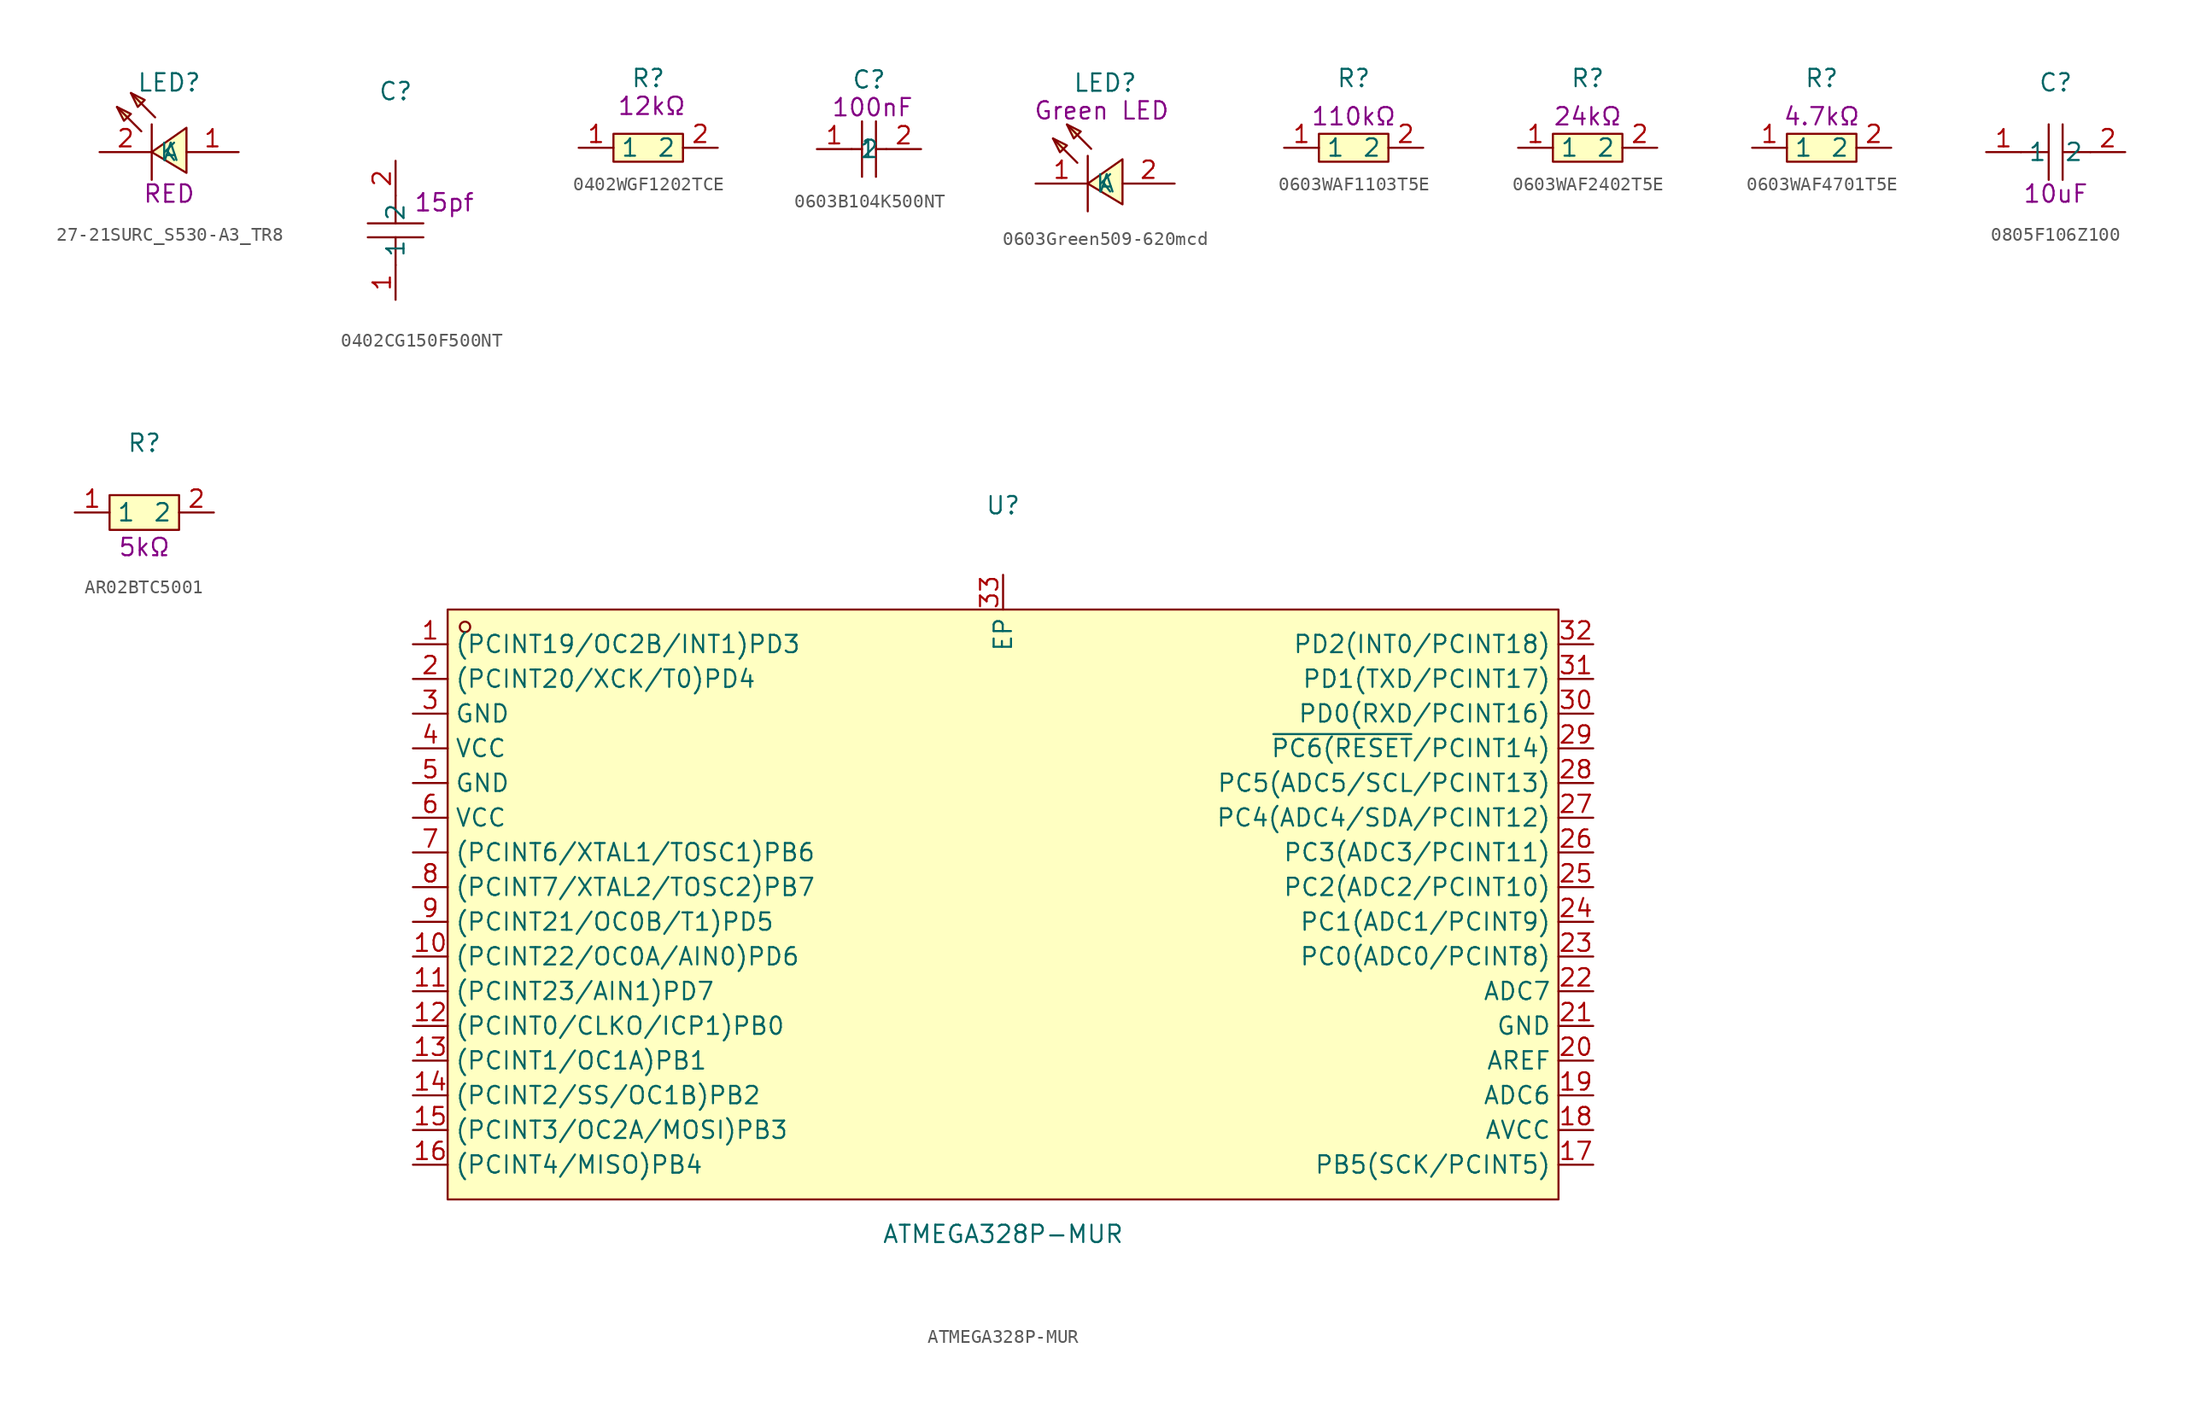
<source format=kicad_sym>
(kicad_symbol_lib
  (version 20241209)
  (generator "kicad_symbol_editor")
  (generator_version "9.0")
  (symbol "27-21SURC_S530-A3_TR8"
    (property "Reference" "LED"
      (at 0 5.08 0)
      (effects (font (size 1.27 1.27))))
    (property "Description" "RED"
      (at 0 -3.048 0)
      (effects (font (size 1.27 1.27))))
    (symbol "27-21SURC_S530-A3_TR8_0_1"
      (polyline (pts (xy -3.81 3.3) (xy -2.79 2.79) (xy -3.3 2.29) (xy -3.81 3.3)) (stroke (width 0) (type default)) (fill (type background)))
      (polyline (pts (xy -2.79 4.32) (xy -1.78 3.81) (xy -2.29 3.3) (xy -2.79 4.32)) (stroke (width 0) (type default)) (fill (type background)))
      (polyline (pts (xy -2.03 1.52) (xy -3.81 3.3)) (stroke (width 0) (type default)) (fill (type none)))
      (polyline (pts (xy -1.27 2.03) (xy -1.27 -2.03)) (stroke (width 0) (type default)) (fill (type none)))
      (polyline (pts (xy -1.02 2.54) (xy -2.79 4.32)) (stroke (width 0) (type default)) (fill (type none)))
      (polyline (pts (xy 1.27 -1.52) (xy -1.27 0) (xy 1.27 1.78) (xy 1.27 -1.52)) (stroke (width 0) (type default)) (fill (type background)))
      (pin unspecified line (at -5.08 0 0) (length 3.81) (name "K" (effects (font (size 1.27 1.27)))) (number "2" (effects (font (size 1.27 1.27)))))
      (pin unspecified line (at 5.08 0 180) (length 3.81) (name "A" (effects (font (size 1.27 1.27)))) (number "1" (effects (font (size 1.27 1.27)))))))
  (symbol "0402CG150F500NT"
    (property "Reference" "C"
      (at 0 10.16 0)
      (effects (font (size 1.27 1.27))))
    (property "Description" "15pf"
      (at 3.556 2.032 0)
      (effects (font (size 1.27 1.27))))
    (symbol "0402CG150F500NT_0_1"
      (polyline (pts (xy -2.03 0.51) (xy 2.03 0.51)) (stroke (width 0) (type default)) (fill (type none)))
      (polyline (pts (xy 0 2.54) (xy 0 0.51)) (stroke (width 0) (type default)) (fill (type none)))
      (polyline (pts (xy 0 -0.51) (xy 0 -2.54)) (stroke (width 0) (type default)) (fill (type none)))
      (polyline (pts (xy 2.03 -0.51) (xy -2.03 -0.51)) (stroke (width 0) (type default)) (fill (type none)))
      (pin unspecified line (at 0 5.08 270) (length 2.54) (name "2" (effects (font (size 1.27 1.27)))) (number "2" (effects (font (size 1.27 1.27)))))
      (pin unspecified line (at 0 -5.08 90) (length 2.54) (name "1" (effects (font (size 1.27 1.27)))) (number "1" (effects (font (size 1.27 1.27)))))))
  (symbol "0402WGF1202TCE"
    (property "Reference" "R"
      (at 0 5.08 0)
      (effects (font (size 1.27 1.27))))
    (property "Description" "12kΩ"
      (at 0.254 3.048 0)
      (effects (font (size 1.27 1.27))))
    (symbol "0402WGF1202TCE_0_1"
      (rectangle (start -2.54 1.02) (end 2.54 -1.02) (stroke (width 0) (type default)) (fill (type background)))
      (pin input line (at -5.08 0 0) (length 2.54) (name "1" (effects (font (size 1.27 1.27)))) (number "1" (effects (font (size 1.27 1.27)))))
      (pin input line (at 5.08 0 180) (length 2.54) (name "2" (effects (font (size 1.27 1.27)))) (number "2" (effects (font (size 1.27 1.27)))))))
  (symbol "0603B104K500NT"
    (property "Reference" "C"
      (at 0 5.08 0)
      (effects (font (size 1.27 1.27))))
    (property "Description" "100nF"
      (at 0.254 3.048 0)
      (effects (font (size 1.27 1.27))))
    (symbol "0603B104K500NT_0_1"
      (polyline (pts (xy -1.27 0) (xy -0.51 0)) (stroke (width 0) (type default)) (fill (type none)))
      (polyline (pts (xy -0.51 2.03) (xy -0.51 -2.03)) (stroke (width 0) (type default)) (fill (type none)))
      (polyline (pts (xy 0.51 2.03) (xy 0.51 -2.03)) (stroke (width 0) (type default)) (fill (type none)))
      (polyline (pts (xy 0.51 0) (xy 1.27 0)) (stroke (width 0) (type default)) (fill (type none)))
      (pin input line (at -3.81 0 0) (length 2.54) (name "1" (effects (font (size 1.27 1.27)))) (number "1" (effects (font (size 1.27 1.27)))))
      (pin input line (at 3.81 0 180) (length 2.54) (name "2" (effects (font (size 1.27 1.27)))) (number "2" (effects (font (size 1.27 1.27)))))))
  (symbol "0603Green509-620mcd"
    (property "Reference" "LED"
      (at 0 7.366 0)
      (effects (font (size 1.27 1.27))))
    (property "Description" "Green LED"
      (at -0.254 5.334 0)
      (effects (font (size 1.27 1.27))))
    (symbol "0603Green509-620mcd_0_1"
      (polyline (pts (xy -3.81 3.3) (xy -2.79 2.79) (xy -3.3 2.29) (xy -3.81 3.3)) (stroke (width 0) (type default)) (fill (type background)))
      (polyline (pts (xy -2.79 4.32) (xy -1.78 3.81) (xy -2.29 3.3) (xy -2.79 4.32)) (stroke (width 0) (type default)) (fill (type background)))
      (polyline (pts (xy -2.03 1.52) (xy -3.81 3.3)) (stroke (width 0) (type default)) (fill (type none)))
      (polyline (pts (xy -1.27 2.03) (xy -1.27 -2.03)) (stroke (width 0) (type default)) (fill (type none)))
      (polyline (pts (xy -1.02 2.54) (xy -2.79 4.32)) (stroke (width 0) (type default)) (fill (type none)))
      (polyline (pts (xy 1.27 -1.52) (xy -1.27 0) (xy 1.27 1.78) (xy 1.27 -1.52)) (stroke (width 0) (type default)) (fill (type background)))
      (pin unspecified line (at -5.08 0 0) (length 3.81) (name "K" (effects (font (size 1.27 1.27)))) (number "1" (effects (font (size 1.27 1.27)))))
      (pin unspecified line (at 5.08 0 180) (length 3.81) (name "A" (effects (font (size 1.27 1.27)))) (number "2" (effects (font (size 1.27 1.27)))))))
  (symbol "0603WAF1103T5E"
    (property "Reference" "R"
      (at 0 5.08 0)
      (effects (font (size 1.27 1.27))))
    (property "Description" "110kΩ"
      (at 0 2.286 0)
      (effects (font (size 1.27 1.27))))
    (symbol "0603WAF1103T5E_0_1"
      (rectangle (start -2.54 1.02) (end 2.54 -1.02) (stroke (width 0) (type default)) (fill (type background)))
      (pin input line (at -5.08 0 0) (length 2.54) (name "1" (effects (font (size 1.27 1.27)))) (number "1" (effects (font (size 1.27 1.27)))))
      (pin input line (at 5.08 0 180) (length 2.54) (name "2" (effects (font (size 1.27 1.27)))) (number "2" (effects (font (size 1.27 1.27)))))))
  (symbol "0603WAF2402T5E"
    (property "Reference" "R"
      (at 0 5.08 0)
      (effects (font (size 1.27 1.27))))
    (property "Description" "24kΩ"
      (at 0 2.286 0)
      (effects (font (size 1.27 1.27))))
    (symbol "0603WAF2402T5E_0_1"
      (rectangle (start -2.54 1.02) (end 2.54 -1.02) (stroke (width 0) (type default)) (fill (type background)))
      (pin input line (at -5.08 0 0) (length 2.54) (name "1" (effects (font (size 1.27 1.27)))) (number "1" (effects (font (size 1.27 1.27)))))
      (pin input line (at 5.08 0 180) (length 2.54) (name "2" (effects (font (size 1.27 1.27)))) (number "2" (effects (font (size 1.27 1.27)))))))
  (symbol "0603WAF4701T5E"
    (property "Reference" "R"
      (at 0 5.08 0)
      (effects (font (size 1.27 1.27))))
    (property "Description" "4.7kΩ"
      (at 0 2.286 0)
      (effects (font (size 1.27 1.27))))
    (symbol "0603WAF4701T5E_0_1"
      (rectangle (start -2.54 1.02) (end 2.54 -1.02) (stroke (width 0) (type default)) (fill (type background)))
      (pin input line (at -5.08 0 0) (length 2.54) (name "1" (effects (font (size 1.27 1.27)))) (number "1" (effects (font (size 1.27 1.27)))))
      (pin input line (at 5.08 0 180) (length 2.54) (name "2" (effects (font (size 1.27 1.27)))) (number "2" (effects (font (size 1.27 1.27)))))))
  (symbol "0805F106Z100"
    (property "Reference" "C"
      (at 0 5.08 0)
      (effects (font (size 1.27 1.27))))
    (property "Description" "10uF"
      (at 0 -3.048 0)
      (effects (font (size 1.27 1.27))))
    (symbol "0805F106Z100_0_1"
      (polyline (pts (xy -0.51 0) (xy -2.54 0)) (stroke (width 0) (type default)) (fill (type none)))
      (polyline (pts (xy -0.51 -2.03) (xy -0.51 2.03)) (stroke (width 0) (type default)) (fill (type none)))
      (polyline (pts (xy 0.51 2.03) (xy 0.51 -2.03)) (stroke (width 0) (type default)) (fill (type none)))
      (polyline (pts (xy 2.54 0) (xy 0.51 0)) (stroke (width 0) (type default)) (fill (type none)))
      (pin unspecified line (at -5.08 0 0) (length 2.54) (name "1" (effects (font (size 1.27 1.27)))) (number "1" (effects (font (size 1.27 1.27)))))
      (pin unspecified line (at 5.08 0 180) (length 2.54) (name "2" (effects (font (size 1.27 1.27)))) (number "2" (effects (font (size 1.27 1.27)))))))
  (symbol "AR02BTC5001"
    (property "Reference" "R"
      (at 0 5.08 0)
      (effects (font (size 1.27 1.27))))
    (property "Description" "5kΩ"
      (at 0 -2.54 0)
      (effects (font (size 1.27 1.27))))
    (symbol "AR02BTC5001_0_1"
      (rectangle (start -2.54 1.27) (end 2.54 -1.27) (stroke (width 0) (type default)) (fill (type background)))
      (pin unspecified line (at -5.08 0 0) (length 2.54) (name "1" (effects (font (size 1.27 1.27)))) (number "1" (effects (font (size 1.27 1.27)))))
      (pin unspecified line (at 5.08 0 180) (length 2.54) (name "2" (effects (font (size 1.27 1.27)))) (number "2" (effects (font (size 1.27 1.27)))))))
  (symbol "ATMEGA328P-MUR"
    (property "Reference" "U"
      (at 0 29.21 0)
      (effects (font (size 1.27 1.27))))
    (property "Value" "ATMEGA328P-MUR"
      (at 0 -24.13 0)
      (effects (font (size 1.27 1.27))))
    (symbol "ATMEGA328P-MUR_0_1"
      (rectangle (start -40.64 21.59) (end 40.64 -21.59) (stroke (width 0) (type default)) (fill (type background)))
      (circle (center -39.37 20.32) (radius 0.38) (stroke (width 0) (type default)) (fill (type none)))
      (pin unspecified line (at -43.18 19.05 0) (length 2.54) (name "(PCINT19/OC2B/INT1)PD3" (effects (font (size 1.27 1.27)))) (number "1" (effects (font (size 1.27 1.27)))))
      (pin unspecified line (at -43.18 16.51 0) (length 2.54) (name "(PCINT20/XCK/T0)PD4" (effects (font (size 1.27 1.27)))) (number "2" (effects (font (size 1.27 1.27)))))
      (pin unspecified line (at -43.18 13.97 0) (length 2.54) (name "GND" (effects (font (size 1.27 1.27)))) (number "3" (effects (font (size 1.27 1.27)))))
      (pin unspecified line (at -43.18 11.43 0) (length 2.54) (name "VCC" (effects (font (size 1.27 1.27)))) (number "4" (effects (font (size 1.27 1.27)))))
      (pin unspecified line (at -43.18 8.89 0) (length 2.54) (name "GND" (effects (font (size 1.27 1.27)))) (number "5" (effects (font (size 1.27 1.27)))))
      (pin unspecified line (at -43.18 6.35 0) (length 2.54) (name "VCC" (effects (font (size 1.27 1.27)))) (number "6" (effects (font (size 1.27 1.27)))))
      (pin unspecified line (at -43.18 3.81 0) (length 2.54) (name "(PCINT6/XTAL1/TOSC1)PB6" (effects (font (size 1.27 1.27)))) (number "7" (effects (font (size 1.27 1.27)))))
      (pin unspecified line (at -43.18 1.27 0) (length 2.54) (name "(PCINT7/XTAL2/TOSC2)PB7" (effects (font (size 1.27 1.27)))) (number "8" (effects (font (size 1.27 1.27)))))
      (pin unspecified line (at -43.18 -1.27 0) (length 2.54) (name "(PCINT21/OC0B/T1)PD5" (effects (font (size 1.27 1.27)))) (number "9" (effects (font (size 1.27 1.27)))))
      (pin unspecified line (at -43.18 -3.81 0) (length 2.54) (name "(PCINT22/OC0A/AIN0)PD6" (effects (font (size 1.27 1.27)))) (number "10" (effects (font (size 1.27 1.27)))))
      (pin unspecified line (at -43.18 -6.35 0) (length 2.54) (name "(PCINT23/AIN1)PD7" (effects (font (size 1.27 1.27)))) (number "11" (effects (font (size 1.27 1.27)))))
      (pin unspecified line (at -43.18 -8.89 0) (length 2.54) (name "(PCINT0/CLKO/ICP1)PB0" (effects (font (size 1.27 1.27)))) (number "12" (effects (font (size 1.27 1.27)))))
      (pin unspecified line (at -43.18 -11.43 0) (length 2.54) (name "(PCINT1/OC1A)PB1" (effects (font (size 1.27 1.27)))) (number "13" (effects (font (size 1.27 1.27)))))
      (pin unspecified line (at -43.18 -13.97 0) (length 2.54) (name "(PCINT2/SS/OC1B)PB2" (effects (font (size 1.27 1.27)))) (number "14" (effects (font (size 1.27 1.27)))))
      (pin unspecified line (at -43.18 -16.51 0) (length 2.54) (name "(PCINT3/OC2A/MOSI)PB3" (effects (font (size 1.27 1.27)))) (number "15" (effects (font (size 1.27 1.27)))))
      (pin unspecified line (at -43.18 -19.05 0) (length 2.54) (name "(PCINT4/MISO)PB4" (effects (font (size 1.27 1.27)))) (number "16" (effects (font (size 1.27 1.27)))))
      (pin unspecified line (at 0 24.13 270) (length 2.54) (name "EP" (effects (font (size 1.27 1.27)))) (number "33" (effects (font (size 1.27 1.27)))))
      (pin unspecified line (at 43.18 19.05 180) (length 2.54) (name "PD2(INT0/PCINT18)" (effects (font (size 1.27 1.27)))) (number "32" (effects (font (size 1.27 1.27)))))
      (pin unspecified line (at 43.18 16.51 180) (length 2.54) (name "PD1(TXD/PCINT17)" (effects (font (size 1.27 1.27)))) (number "31" (effects (font (size 1.27 1.27)))))
      (pin unspecified line (at 43.18 13.97 180) (length 2.54) (name "PD0(RXD/PCINT16)" (effects (font (size 1.27 1.27)))) (number "30" (effects (font (size 1.27 1.27)))))
      (pin unspecified line (at 43.18 11.43 180) (length 2.54) (name "~{PC6(RESET}/PCINT14)" (effects (font (size 1.27 1.27)))) (number "29" (effects (font (size 1.27 1.27)))))
      (pin unspecified line (at 43.18 8.89 180) (length 2.54) (name "PC5(ADC5/SCL/PCINT13)" (effects (font (size 1.27 1.27)))) (number "28" (effects (font (size 1.27 1.27)))))
      (pin unspecified line (at 43.18 6.35 180) (length 2.54) (name "PC4(ADC4/SDA/PCINT12)" (effects (font (size 1.27 1.27)))) (number "27" (effects (font (size 1.27 1.27)))))
      (pin unspecified line (at 43.18 3.81 180) (length 2.54) (name "PC3(ADC3/PCINT11)" (effects (font (size 1.27 1.27)))) (number "26" (effects (font (size 1.27 1.27)))))
      (pin unspecified line (at 43.18 1.27 180) (length 2.54) (name "PC2(ADC2/PCINT10)" (effects (font (size 1.27 1.27)))) (number "25" (effects (font (size 1.27 1.27)))))
      (pin unspecified line (at 43.18 -1.27 180) (length 2.54) (name "PC1(ADC1/PCINT9)" (effects (font (size 1.27 1.27)))) (number "24" (effects (font (size 1.27 1.27)))))
      (pin unspecified line (at 43.18 -3.81 180) (length 2.54) (name "PC0(ADC0/PCINT8)" (effects (font (size 1.27 1.27)))) (number "23" (effects (font (size 1.27 1.27)))))
      (pin unspecified line (at 43.18 -6.35 180) (length 2.54) (name "ADC7" (effects (font (size 1.27 1.27)))) (number "22" (effects (font (size 1.27 1.27)))))
      (pin unspecified line (at 43.18 -8.89 180) (length 2.54) (name "GND" (effects (font (size 1.27 1.27)))) (number "21" (effects (font (size 1.27 1.27)))))
      (pin unspecified line (at 43.18 -11.43 180) (length 2.54) (name "AREF" (effects (font (size 1.27 1.27)))) (number "20" (effects (font (size 1.27 1.27)))))
      (pin unspecified line (at 43.18 -13.97 180) (length 2.54) (name "ADC6" (effects (font (size 1.27 1.27)))) (number "19" (effects (font (size 1.27 1.27)))))
      (pin unspecified line (at 43.18 -16.51 180) (length 2.54) (name "AVCC" (effects (font (size 1.27 1.27)))) (number "18" (effects (font (size 1.27 1.27)))))
      (pin unspecified line (at 43.18 -19.05 180) (length 2.54) (name "PB5(SCK/PCINT5)" (effects (font (size 1.27 1.27)))) (number "17" (effects (font (size 1.27 1.27))))))))
</source>
